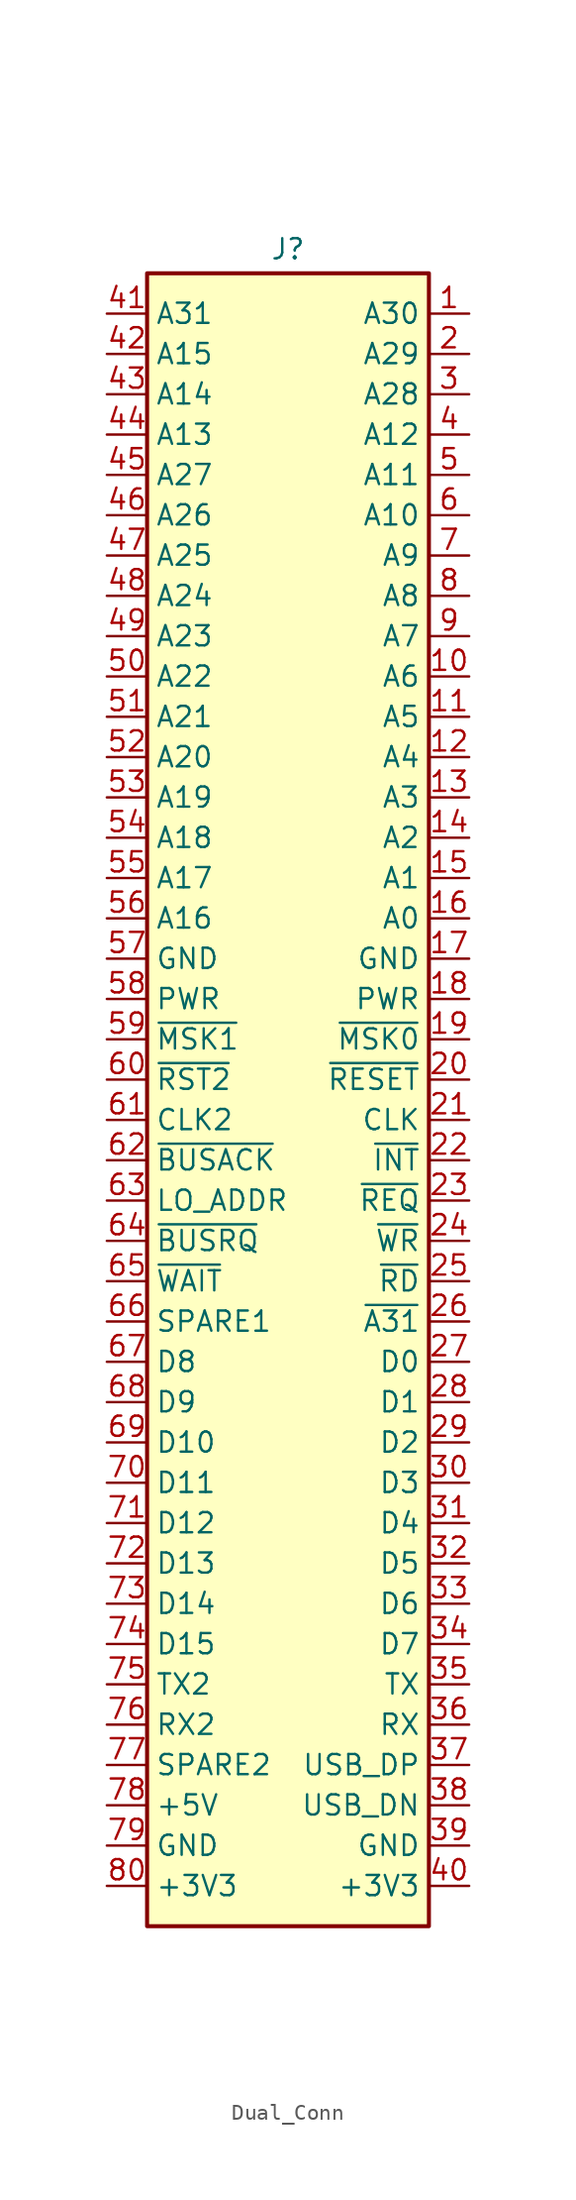
<source format=kicad_sym>
(kicad_symbol_lib
  (version 20241209)
  (generator "kicad_symbol_editor")
  (generator_version "9.0")
  (symbol "Dual_Conn"
    (property "Reference" "J"
      (at 0 101.854 0)
      (effects (font (size 1.27 1.27))))
    (property "Value" ""
      (at 0 0 0)
      (effects (font (size 1.27 1.27))))
    (symbol "Dual_Conn_0_0"
      (pin input line (at -11.43 97.79 0) (length 2.54) (name "A31" (effects (font (size 1.27 1.27)))) (number "41" (effects (font (size 1.27 1.27)))))
      (pin input line (at -11.43 95.25 0) (length 2.54) (name "A15" (effects (font (size 1.27 1.27)))) (number "42" (effects (font (size 1.27 1.27)))))
      (pin input line (at -11.43 92.71 0) (length 2.54) (name "A14" (effects (font (size 1.27 1.27)))) (number "43" (effects (font (size 1.27 1.27)))))
      (pin input line (at -11.43 90.17 0) (length 2.54) (name "A13" (effects (font (size 1.27 1.27)))) (number "44" (effects (font (size 1.27 1.27)))))
      (pin input line (at -11.43 87.63 0) (length 2.54) (name "A27" (effects (font (size 1.27 1.27)))) (number "45" (effects (font (size 1.27 1.27)))))
      (pin input line (at -11.43 85.09 0) (length 2.54) (name "A26" (effects (font (size 1.27 1.27)))) (number "46" (effects (font (size 1.27 1.27)))))
      (pin input line (at -11.43 82.55 0) (length 2.54) (name "A25" (effects (font (size 1.27 1.27)))) (number "47" (effects (font (size 1.27 1.27)))))
      (pin input line (at -11.43 80.01 0) (length 2.54) (name "A24" (effects (font (size 1.27 1.27)))) (number "48" (effects (font (size 1.27 1.27)))))
      (pin input line (at -11.43 77.47 0) (length 2.54) (name "A23" (effects (font (size 1.27 1.27)))) (number "49" (effects (font (size 1.27 1.27)))))
      (pin input line (at -11.43 74.93 0) (length 2.54) (name "A22" (effects (font (size 1.27 1.27)))) (number "50" (effects (font (size 1.27 1.27)))))
      (pin input line (at -11.43 72.39 0) (length 2.54) (name "A21" (effects (font (size 1.27 1.27)))) (number "51" (effects (font (size 1.27 1.27)))))
      (pin input line (at -11.43 69.85 0) (length 2.54) (name "A20" (effects (font (size 1.27 1.27)))) (number "52" (effects (font (size 1.27 1.27)))))
      (pin input line (at -11.43 67.31 0) (length 2.54) (name "A19" (effects (font (size 1.27 1.27)))) (number "53" (effects (font (size 1.27 1.27)))))
      (pin input line (at -11.43 64.77 0) (length 2.54) (name "A18" (effects (font (size 1.27 1.27)))) (number "54" (effects (font (size 1.27 1.27)))))
      (pin input line (at -11.43 62.23 0) (length 2.54) (name "A17" (effects (font (size 1.27 1.27)))) (number "55" (effects (font (size 1.27 1.27)))))
      (pin input line (at -11.43 59.69 0) (length 2.54) (name "A16" (effects (font (size 1.27 1.27)))) (number "56" (effects (font (size 1.27 1.27)))))
      (pin power_out line (at -11.43 57.15 0) (length 2.54) (name "GND" (effects (font (size 1.27 1.27)))) (number "57" (effects (font (size 1.27 1.27)))))
      (pin power_out line (at -11.43 54.61 0) (length 2.54) (name "PWR" (effects (font (size 1.27 1.27)))) (number "58" (effects (font (size 1.27 1.27)))))
      (pin input line (at -11.43 52.07 0) (length 2.54) (name "~{MSK1}" (effects (font (size 1.27 1.27)))) (number "59" (effects (font (size 1.27 1.27)))))
      (pin output line (at -11.43 49.53 0) (length 2.54) (name "~{RST2}" (effects (font (size 1.27 1.27)))) (number "60" (effects (font (size 1.27 1.27)))))
      (pin output line (at -11.43 46.99 0) (length 2.54) (name "CLK2" (effects (font (size 1.27 1.27)))) (number "61" (effects (font (size 1.27 1.27)))))
      (pin input line (at -11.43 41.91 0) (length 2.54) (name "LO_ADDR" (effects (font (size 1.27 1.27)))) (number "63" (effects (font (size 1.27 1.27)))))
      (pin input line (at -11.43 39.37 0) (length 2.54) (name "~{BUSRQ}" (effects (font (size 1.27 1.27)))) (number "64" (effects (font (size 1.27 1.27)))))
      (pin output line (at -11.43 36.83 0) (length 2.54) (name "~{WAIT}" (effects (font (size 1.27 1.27)))) (number "65" (effects (font (size 1.27 1.27)))))
      (pin bidirectional line (at -11.43 34.29 0) (length 2.54) (name "SPARE1" (effects (font (size 1.27 1.27)))) (number "66" (effects (font (size 1.27 1.27)))))
      (pin bidirectional line (at -11.43 31.75 0) (length 2.54) (name "D8" (effects (font (size 1.27 1.27)))) (number "67" (effects (font (size 1.27 1.27)))))
      (pin bidirectional line (at -11.43 29.21 0) (length 2.54) (name "D9" (effects (font (size 1.27 1.27)))) (number "68" (effects (font (size 1.27 1.27)))))
      (pin bidirectional line (at -11.43 26.67 0) (length 2.54) (name "D10" (effects (font (size 1.27 1.27)))) (number "69" (effects (font (size 1.27 1.27)))))
      (pin bidirectional line (at -11.43 24.13 0) (length 2.54) (name "D11" (effects (font (size 1.27 1.27)))) (number "70" (effects (font (size 1.27 1.27)))))
      (pin bidirectional line (at -11.43 21.59 0) (length 2.54) (name "D12" (effects (font (size 1.27 1.27)))) (number "71" (effects (font (size 1.27 1.27)))))
      (pin bidirectional line (at -11.43 19.05 0) (length 2.54) (name "D13" (effects (font (size 1.27 1.27)))) (number "72" (effects (font (size 1.27 1.27)))))
      (pin bidirectional line (at -11.43 16.51 0) (length 2.54) (name "D14" (effects (font (size 1.27 1.27)))) (number "73" (effects (font (size 1.27 1.27)))))
      (pin bidirectional line (at -11.43 13.97 0) (length 2.54) (name "D15" (effects (font (size 1.27 1.27)))) (number "74" (effects (font (size 1.27 1.27)))))
      (pin input line (at -11.43 11.43 0) (length 2.54) (name "TX2" (effects (font (size 1.27 1.27)))) (number "75" (effects (font (size 1.27 1.27)))))
      (pin output line (at -11.43 8.89 0) (length 2.54) (name "RX2" (effects (font (size 1.27 1.27)))) (number "76" (effects (font (size 1.27 1.27)))))
      (pin bidirectional line (at -11.43 6.35 0) (length 2.54) (name "SPARE2" (effects (font (size 1.27 1.27)))) (number "77" (effects (font (size 1.27 1.27)))))
      (pin power_out line (at -11.43 3.81 0) (length 2.54) (name "+5V" (effects (font (size 1.27 1.27)))) (number "78" (effects (font (size 1.27 1.27)))))
      (pin power_out line (at -11.43 1.27 0) (length 2.54) (name "GND" (effects (font (size 1.27 1.27)))) (number "79" (effects (font (size 1.27 1.27)))))
      (pin power_out line (at -11.43 -1.27 0) (length 2.54) (name "+3V3" (effects (font (size 1.27 1.27)))) (number "80" (effects (font (size 1.27 1.27)))))
      (pin input line (at 11.43 97.79 180) (length 2.54) (name "A30" (effects (font (size 1.27 1.27)))) (number "1" (effects (font (size 1.27 1.27)))))
      (pin input line (at 11.43 95.25 180) (length 2.54) (name "A29" (effects (font (size 1.27 1.27)))) (number "2" (effects (font (size 1.27 1.27)))))
      (pin input line (at 11.43 92.71 180) (length 2.54) (name "A28" (effects (font (size 1.27 1.27)))) (number "3" (effects (font (size 1.27 1.27)))))
      (pin input line (at 11.43 90.17 180) (length 2.54) (name "A12" (effects (font (size 1.27 1.27)))) (number "4" (effects (font (size 1.27 1.27)))))
      (pin input line (at 11.43 87.63 180) (length 2.54) (name "A11" (effects (font (size 1.27 1.27)))) (number "5" (effects (font (size 1.27 1.27)))))
      (pin input line (at 11.43 85.09 180) (length 2.54) (name "A10" (effects (font (size 1.27 1.27)))) (number "6" (effects (font (size 1.27 1.27)))))
      (pin input line (at 11.43 82.55 180) (length 2.54) (name "A9" (effects (font (size 1.27 1.27)))) (number "7" (effects (font (size 1.27 1.27)))))
      (pin input line (at 11.43 80.01 180) (length 2.54) (name "A8" (effects (font (size 1.27 1.27)))) (number "8" (effects (font (size 1.27 1.27)))))
      (pin input line (at 11.43 77.47 180) (length 2.54) (name "A7" (effects (font (size 1.27 1.27)))) (number "9" (effects (font (size 1.27 1.27)))))
      (pin input line (at 11.43 74.93 180) (length 2.54) (name "A6" (effects (font (size 1.27 1.27)))) (number "10" (effects (font (size 1.27 1.27)))))
      (pin input line (at 11.43 72.39 180) (length 2.54) (name "A5" (effects (font (size 1.27 1.27)))) (number "11" (effects (font (size 1.27 1.27)))))
      (pin input line (at 11.43 69.85 180) (length 2.54) (name "A4" (effects (font (size 1.27 1.27)))) (number "12" (effects (font (size 1.27 1.27)))))
      (pin input line (at 11.43 67.31 180) (length 2.54) (name "A3" (effects (font (size 1.27 1.27)))) (number "13" (effects (font (size 1.27 1.27)))))
      (pin input line (at 11.43 64.77 180) (length 2.54) (name "A2" (effects (font (size 1.27 1.27)))) (number "14" (effects (font (size 1.27 1.27)))))
      (pin input line (at 11.43 62.23 180) (length 2.54) (name "A1" (effects (font (size 1.27 1.27)))) (number "15" (effects (font (size 1.27 1.27)))))
      (pin input line (at 11.43 59.69 180) (length 2.54) (name "A0" (effects (font (size 1.27 1.27)))) (number "16" (effects (font (size 1.27 1.27)))))
      (pin power_out line (at 11.43 57.15 180) (length 2.54) (name "GND" (effects (font (size 1.27 1.27)))) (number "17" (effects (font (size 1.27 1.27)))))
      (pin power_out line (at 11.43 54.61 180) (length 2.54) (name "PWR" (effects (font (size 1.27 1.27)))) (number "18" (effects (font (size 1.27 1.27)))))
      (pin input line (at 11.43 52.07 180) (length 2.54) (name "~{MSK0}" (effects (font (size 1.27 1.27)))) (number "19" (effects (font (size 1.27 1.27)))))
      (pin output line (at 11.43 49.53 180) (length 2.54) (name "~{RESET}" (effects (font (size 1.27 1.27)))) (number "20" (effects (font (size 1.27 1.27)))))
      (pin output line (at 11.43 46.99 180) (length 2.54) (name "CLK" (effects (font (size 1.27 1.27)))) (number "21" (effects (font (size 1.27 1.27)))))
      (pin output line (at 11.43 44.45 180) (length 2.54) (name "~{INT}" (effects (font (size 1.27 1.27)))) (number "22" (effects (font (size 1.27 1.27)))))
      (pin input line (at 11.43 41.91 180) (length 2.54) (name "~{REQ}" (effects (font (size 1.27 1.27)))) (number "23" (effects (font (size 1.27 1.27)))))
      (pin input line (at 11.43 39.37 180) (length 2.54) (name "~{WR}" (effects (font (size 1.27 1.27)))) (number "24" (effects (font (size 1.27 1.27)))))
      (pin input line (at 11.43 36.83 180) (length 2.54) (name "~{RD}" (effects (font (size 1.27 1.27)))) (number "25" (effects (font (size 1.27 1.27)))))
      (pin input line (at 11.43 34.29 180) (length 2.54) (name "~{A31}" (effects (font (size 1.27 1.27)))) (number "26" (effects (font (size 1.27 1.27)))))
      (pin bidirectional line (at 11.43 31.75 180) (length 2.54) (name "D0" (effects (font (size 1.27 1.27)))) (number "27" (effects (font (size 1.27 1.27)))))
      (pin bidirectional line (at 11.43 29.21 180) (length 2.54) (name "D1" (effects (font (size 1.27 1.27)))) (number "28" (effects (font (size 1.27 1.27)))))
      (pin bidirectional line (at 11.43 26.67 180) (length 2.54) (name "D2" (effects (font (size 1.27 1.27)))) (number "29" (effects (font (size 1.27 1.27)))))
      (pin bidirectional line (at 11.43 24.13 180) (length 2.54) (name "D3" (effects (font (size 1.27 1.27)))) (number "30" (effects (font (size 1.27 1.27)))))
      (pin bidirectional line (at 11.43 21.59 180) (length 2.54) (name "D4" (effects (font (size 1.27 1.27)))) (number "31" (effects (font (size 1.27 1.27)))))
      (pin bidirectional line (at 11.43 19.05 180) (length 2.54) (name "D5" (effects (font (size 1.27 1.27)))) (number "32" (effects (font (size 1.27 1.27)))))
      (pin bidirectional line (at 11.43 16.51 180) (length 2.54) (name "D6" (effects (font (size 1.27 1.27)))) (number "33" (effects (font (size 1.27 1.27)))))
      (pin bidirectional line (at 11.43 13.97 180) (length 2.54) (name "D7" (effects (font (size 1.27 1.27)))) (number "34" (effects (font (size 1.27 1.27)))))
      (pin input line (at 11.43 11.43 180) (length 2.54) (name "TX" (effects (font (size 1.27 1.27)))) (number "35" (effects (font (size 1.27 1.27)))))
      (pin output line (at 11.43 8.89 180) (length 2.54) (name "RX" (effects (font (size 1.27 1.27)))) (number "36" (effects (font (size 1.27 1.27)))))
      (pin bidirectional line (at 11.43 6.35 180) (length 2.54) (name "USB_DP" (effects (font (size 1.27 1.27)))) (number "37" (effects (font (size 1.27 1.27)))))
      (pin bidirectional line (at 11.43 3.81 180) (length 2.54) (name "USB_DN" (effects (font (size 1.27 1.27)))) (number "38" (effects (font (size 1.27 1.27)))))
      (pin power_out line (at 11.43 1.27 180) (length 2.54) (name "GND" (effects (font (size 1.27 1.27)))) (number "39" (effects (font (size 1.27 1.27)))))
      (pin power_out line (at 11.43 -1.27 180) (length 2.54) (name "+3V3" (effects (font (size 1.27 1.27)))) (number "40" (effects (font (size 1.27 1.27))))))
    (symbol "Dual_Conn_1_0"
      (pin output line (at -11.43 44.45 0) (length 2.54) (name "~{BUSACK}" (effects (font (size 1.27 1.27)))) (number "62" (effects (font (size 1.27 1.27))))))
    (symbol "Dual_Conn_1_1"
      (rectangle (start -8.89 100.33) (end 8.89 -3.81) (stroke (width 0.254) (type solid)) (fill (type background))))))
</source>
